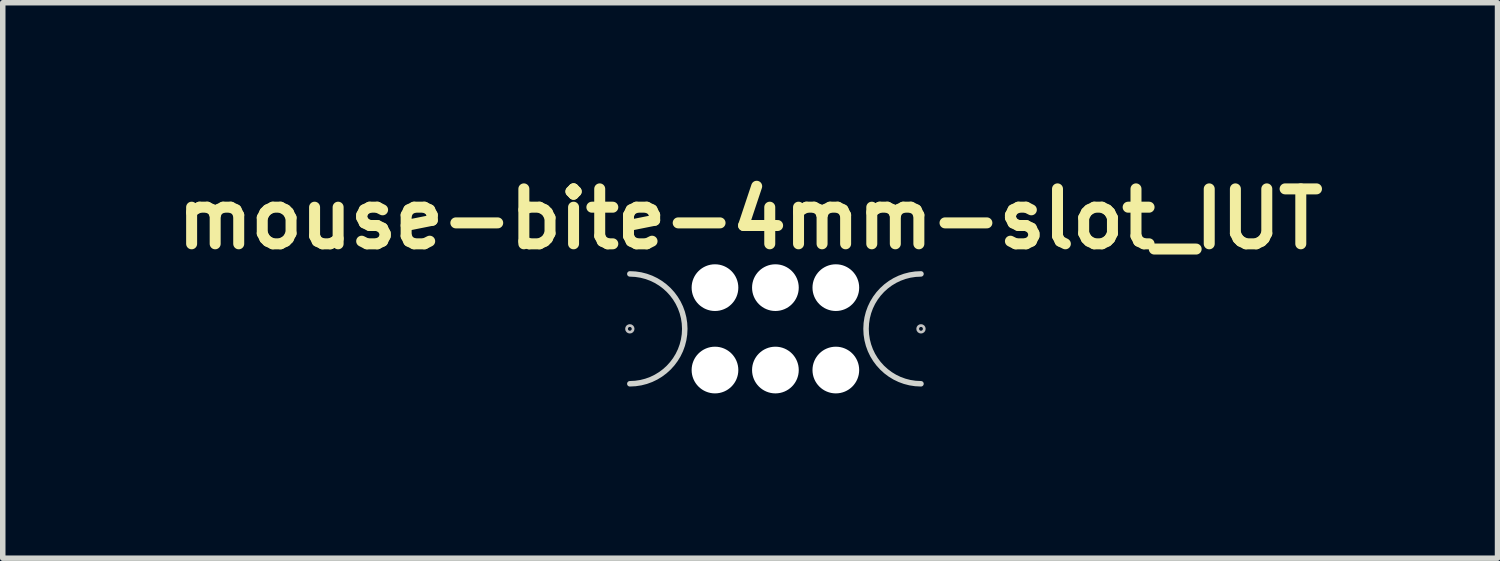
<source format=kicad_pcb>
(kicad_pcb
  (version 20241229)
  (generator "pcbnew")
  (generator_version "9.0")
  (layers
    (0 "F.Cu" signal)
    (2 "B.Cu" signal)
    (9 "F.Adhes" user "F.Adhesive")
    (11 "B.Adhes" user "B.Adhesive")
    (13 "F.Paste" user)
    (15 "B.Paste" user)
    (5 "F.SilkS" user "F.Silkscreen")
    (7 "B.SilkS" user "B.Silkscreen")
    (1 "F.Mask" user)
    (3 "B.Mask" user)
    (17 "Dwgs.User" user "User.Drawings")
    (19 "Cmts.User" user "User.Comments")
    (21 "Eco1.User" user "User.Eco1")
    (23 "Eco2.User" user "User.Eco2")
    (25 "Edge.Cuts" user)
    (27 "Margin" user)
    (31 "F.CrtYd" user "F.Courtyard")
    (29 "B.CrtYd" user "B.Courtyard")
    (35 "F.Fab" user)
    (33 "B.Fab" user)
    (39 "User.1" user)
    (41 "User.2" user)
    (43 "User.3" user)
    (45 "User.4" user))
  (footprint "mouse-bite-4mm-slot_IUT"
    (layer "F.Cu")
    (at 11.065 2.936)
    (property "Reference" "mouse-bite-4mm-slot_IUT" (at -0.46 -2 0) (layer "F.SilkS") (effects (font (size 1 1) (thickness 0.2))))
    (attr through_hole)
    (fp_circle (center -2.65 0) (end -2.65 -0.06) (stroke (width 0.05) (type solid)) (fill no) (layer "Dwgs.User"))
    (fp_circle (center 2.65 0) (end 2.71 0) (stroke (width 0.05) (type solid)) (fill no) (layer "Dwgs.User"))
    (fp_line (start -2.65 0) (end -2.65 0) (stroke (width 2) (type solid)) (layer "Eco1.User"))
    (fp_line (start 2.65 0) (end 2.65 0) (stroke (width 2) (type solid)) (layer "Eco1.User"))
    (fp_arc (start -2.65 -1) (mid -1.65 0) (end -2.65 1) (stroke (width 0.1) (type solid)) (layer "Edge.Cuts"))
    (fp_arc (start 2.65 1) (mid 1.65 0) (end 2.65 -1) (stroke (width 0.1) (type solid)) (layer "Edge.Cuts"))
    (pad "" np_thru_hole circle (at -1.1 -0.75) (size 0.85 0.85) (drill 0.85) (layers "*.Cu" "*.Mask"))
    (pad "" np_thru_hole circle (at -1.1 0.75) (size 0.85 0.85) (drill 0.85) (layers "*.Cu" "*.Mask"))
    (pad "" np_thru_hole circle (at 0 -0.75) (size 0.85 0.85) (drill 0.85) (layers "*.Cu" "*.Mask"))
    (pad "" np_thru_hole circle (at 0 0.75) (size 0.85 0.85) (drill 0.85) (layers "*.Cu" "*.Mask"))
    (pad "" np_thru_hole circle (at 1.1 -0.75) (size 0.85 0.85) (drill 0.85) (layers "*.Cu" "*.Mask"))
    (pad "" np_thru_hole circle (at 1.1 0.75) (size 0.85 0.85) (drill 0.85) (layers "*.Cu" "*.Mask")))
  (gr_rect
    (start -3 -3)
    (end 24.21 7.111)
    (stroke (width 0.1) (type default))
    (fill no)
    (layer "Edge.Cuts")))
</source>
